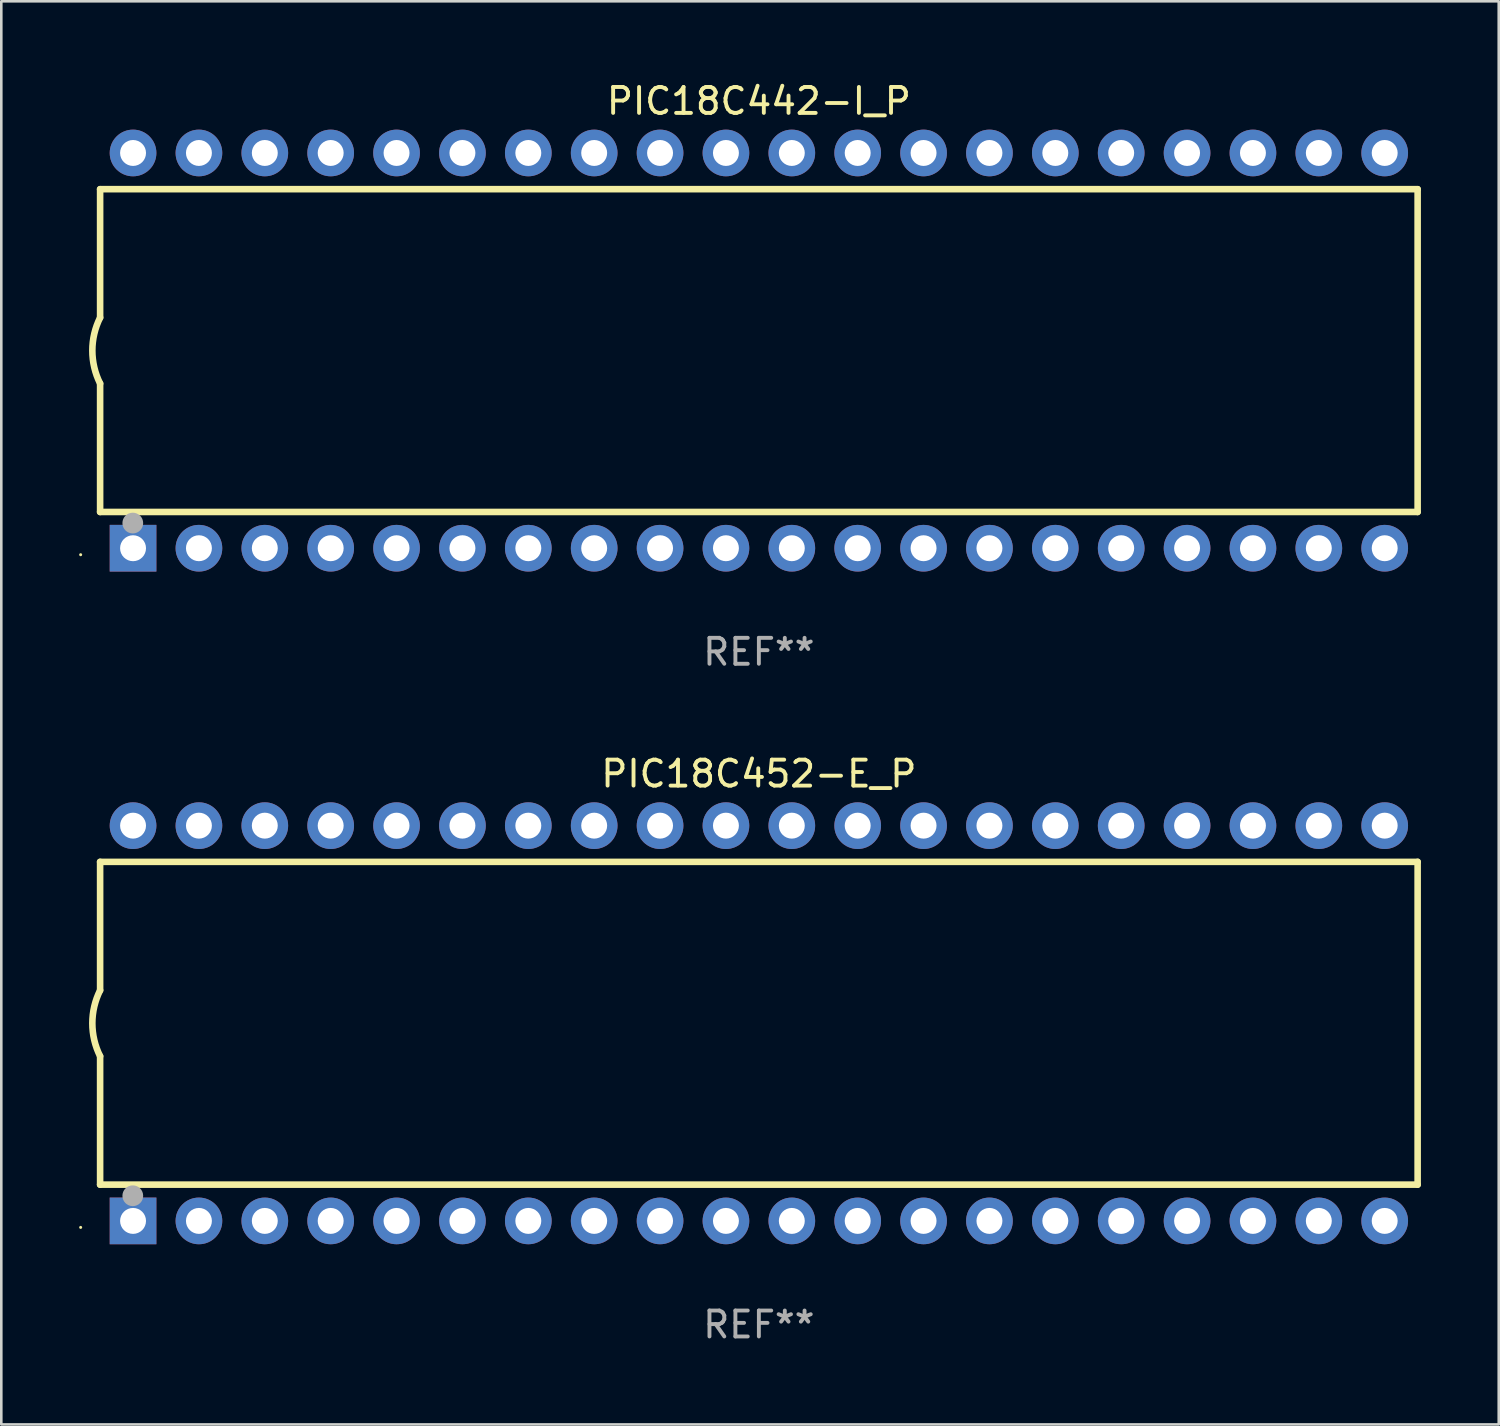
<source format=kicad_pcb>
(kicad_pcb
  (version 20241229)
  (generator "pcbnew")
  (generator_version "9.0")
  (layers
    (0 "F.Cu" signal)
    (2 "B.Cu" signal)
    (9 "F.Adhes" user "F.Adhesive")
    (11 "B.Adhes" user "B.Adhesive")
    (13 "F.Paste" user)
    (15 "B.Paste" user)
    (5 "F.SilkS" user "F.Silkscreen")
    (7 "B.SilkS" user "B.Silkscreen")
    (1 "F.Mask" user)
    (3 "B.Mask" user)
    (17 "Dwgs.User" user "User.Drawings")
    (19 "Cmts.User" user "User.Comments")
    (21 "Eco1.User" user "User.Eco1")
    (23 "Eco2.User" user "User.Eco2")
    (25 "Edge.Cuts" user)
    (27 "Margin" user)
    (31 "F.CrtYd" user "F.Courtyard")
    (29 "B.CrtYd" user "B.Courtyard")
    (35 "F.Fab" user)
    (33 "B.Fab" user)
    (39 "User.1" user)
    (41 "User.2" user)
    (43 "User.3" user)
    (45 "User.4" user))
  (footprint "PIC18C452-E_P"
    (layer "F.Cu")
    (at 26.21 36.405)
    (property "Reference" "PIC18C452-E_P" (at 0 -9.62 0) (layer "F.SilkS") (effects (font (size 1 1) (thickness 0.15))))
    (attr through_hole)
    (fp_line (start -25.4 -6.224) (end -25.4 -1.271) (stroke (width 0.254) (type solid)) (layer "F.SilkS"))
    (fp_line (start -25.4 -6.224) (end 25.4 -6.224) (stroke (width 0.254) (type solid)) (layer "F.SilkS"))
    (fp_line (start -25.4 1.269) (end -25.4 6.222) (stroke (width 0.254) (type solid)) (layer "F.SilkS"))
    (fp_line (start -25.4 6.222) (end 25.4 6.222) (stroke (width 0.254) (type solid)) (layer "F.SilkS"))
    (fp_line (start 25.4 6.222) (end 25.4 -6.224) (stroke (width 0.254) (type solid)) (layer "F.SilkS"))
    (fp_arc (start -25.4 1.269241) (mid -25.699807 -0.000762) (end -25.4 -1.270765) (stroke (width 0.254001) (type solid)) (layer "F.SilkS"))
    (fp_circle (center -26.15 7.87) (end -26.12 7.87) (stroke (width 0.06) (type solid)) (fill no) (layer "F.SilkS"))
    (fp_circle (center -24.14 6.65) (end -23.94 6.65) (stroke (width 0.4) (type solid)) (fill no) (layer "F.Fab"))
    (fp_text user "REF**" (at 0 11.62 0) (layer "F.Fab") (effects (font (size 1 1) (thickness 0.15))))
    (pad "1" thru_hole rect (at -24.13 7.62 90) (size 1.8 1.8) (drill 1) (layers "*.Cu" "*.Mask"))
    (pad "2" thru_hole circle (at -21.59 7.62) (size 1.8 1.8) (drill 1) (layers "*.Cu" "*.Mask"))
    (pad "3" thru_hole circle (at -19.05 7.62) (size 1.8 1.8) (drill 1) (layers "*.Cu" "*.Mask"))
    (pad "4" thru_hole circle (at -16.51 7.62) (size 1.8 1.8) (drill 1) (layers "*.Cu" "*.Mask"))
    (pad "5" thru_hole circle (at -13.97 7.62) (size 1.8 1.8) (drill 1) (layers "*.Cu" "*.Mask"))
    (pad "6" thru_hole circle (at -11.43 7.62) (size 1.8 1.8) (drill 1) (layers "*.Cu" "*.Mask"))
    (pad "7" thru_hole circle (at -8.89 7.62) (size 1.8 1.8) (drill 1) (layers "*.Cu" "*.Mask"))
    (pad "8" thru_hole circle (at -6.35 7.62) (size 1.8 1.8) (drill 1) (layers "*.Cu" "*.Mask"))
    (pad "9" thru_hole circle (at -3.81 7.62) (size 1.8 1.8) (drill 1) (layers "*.Cu" "*.Mask"))
    (pad "10" thru_hole circle (at -1.27 7.62) (size 1.8 1.8) (drill 1) (layers "*.Cu" "*.Mask"))
    (pad "11" thru_hole circle (at 1.27 7.62) (size 1.8 1.8) (drill 1) (layers "*.Cu" "*.Mask"))
    (pad "12" thru_hole circle (at 3.81 7.62) (size 1.8 1.8) (drill 1) (layers "*.Cu" "*.Mask"))
    (pad "13" thru_hole circle (at 6.35 7.62) (size 1.8 1.8) (drill 1) (layers "*.Cu" "*.Mask"))
    (pad "14" thru_hole circle (at 8.89 7.62) (size 1.8 1.8) (drill 1) (layers "*.Cu" "*.Mask"))
    (pad "15" thru_hole circle (at 11.43 7.62) (size 1.8 1.8) (drill 1) (layers "*.Cu" "*.Mask"))
    (pad "16" thru_hole circle (at 13.97 7.62) (size 1.8 1.8) (drill 1) (layers "*.Cu" "*.Mask"))
    (pad "17" thru_hole circle (at 16.51 7.62) (size 1.8 1.8) (drill 1) (layers "*.Cu" "*.Mask"))
    (pad "18" thru_hole circle (at 19.05 7.62) (size 1.8 1.8) (drill 1) (layers "*.Cu" "*.Mask"))
    (pad "19" thru_hole circle (at 21.59 7.62) (size 1.8 1.8) (drill 1) (layers "*.Cu" "*.Mask"))
    (pad "20" thru_hole circle (at 24.13 7.62) (size 1.8 1.8) (drill 1) (layers "*.Cu" "*.Mask"))
    (pad "21" thru_hole circle (at 24.13 -7.62) (size 1.8 1.8) (drill 1) (layers "*.Cu" "*.Mask"))
    (pad "22" thru_hole circle (at 21.59 -7.62) (size 1.8 1.8) (drill 1) (layers "*.Cu" "*.Mask"))
    (pad "23" thru_hole circle (at 19.05 -7.62) (size 1.8 1.8) (drill 1) (layers "*.Cu" "*.Mask"))
    (pad "24" thru_hole circle (at 16.51 -7.62) (size 1.8 1.8) (drill 1) (layers "*.Cu" "*.Mask"))
    (pad "25" thru_hole circle (at 13.97 -7.62) (size 1.8 1.8) (drill 1) (layers "*.Cu" "*.Mask"))
    (pad "26" thru_hole circle (at 11.43 -7.62) (size 1.8 1.8) (drill 1) (layers "*.Cu" "*.Mask"))
    (pad "27" thru_hole circle (at 8.89 -7.62) (size 1.8 1.8) (drill 1) (layers "*.Cu" "*.Mask"))
    (pad "28" thru_hole circle (at 6.35 -7.62) (size 1.8 1.8) (drill 1) (layers "*.Cu" "*.Mask"))
    (pad "29" thru_hole circle (at 3.81 -7.62) (size 1.8 1.8) (drill 1) (layers "*.Cu" "*.Mask"))
    (pad "30" thru_hole circle (at 1.27 -7.62) (size 1.8 1.8) (drill 1) (layers "*.Cu" "*.Mask"))
    (pad "31" thru_hole circle (at -1.27 -7.62) (size 1.8 1.8) (drill 1) (layers "*.Cu" "*.Mask"))
    (pad "32" thru_hole circle (at -3.81 -7.62) (size 1.8 1.8) (drill 1) (layers "*.Cu" "*.Mask"))
    (pad "33" thru_hole circle (at -6.35 -7.62) (size 1.8 1.8) (drill 1) (layers "*.Cu" "*.Mask"))
    (pad "34" thru_hole circle (at -8.89 -7.62) (size 1.8 1.8) (drill 1) (layers "*.Cu" "*.Mask"))
    (pad "35" thru_hole circle (at -11.43 -7.62) (size 1.8 1.8) (drill 1) (layers "*.Cu" "*.Mask"))
    (pad "36" thru_hole circle (at -13.97 -7.62) (size 1.8 1.8) (drill 1) (layers "*.Cu" "*.Mask"))
    (pad "37" thru_hole circle (at -16.51 -7.62) (size 1.8 1.8) (drill 1) (layers "*.Cu" "*.Mask"))
    (pad "38" thru_hole circle (at -19.05 -7.62) (size 1.8 1.8) (drill 1) (layers "*.Cu" "*.Mask"))
    (pad "39" thru_hole circle (at -21.59 -7.62) (size 1.8 1.8) (drill 1) (layers "*.Cu" "*.Mask"))
    (pad "40" thru_hole circle (at -24.13 -7.62) (size 1.8 1.8) (drill 1) (layers "*.Cu" "*.Mask")))
  (footprint "PIC18C442-I_P"
    (layer "F.Cu")
    (at 26.21 10.468)
    (property "Reference" "PIC18C442-I_P" (at 0 -9.62 0) (layer "F.SilkS") (effects (font (size 1 1) (thickness 0.15))))
    (attr through_hole)
    (fp_line (start -25.4 -6.224) (end -25.4 -1.271) (stroke (width 0.254) (type solid)) (layer "F.SilkS"))
    (fp_line (start -25.4 -6.224) (end 25.4 -6.224) (stroke (width 0.254) (type solid)) (layer "F.SilkS"))
    (fp_line (start -25.4 1.269) (end -25.4 6.222) (stroke (width 0.254) (type solid)) (layer "F.SilkS"))
    (fp_line (start -25.4 6.222) (end 25.4 6.222) (stroke (width 0.254) (type solid)) (layer "F.SilkS"))
    (fp_line (start 25.4 6.222) (end 25.4 -6.224) (stroke (width 0.254) (type solid)) (layer "F.SilkS"))
    (fp_arc (start -25.4 1.269241) (mid -25.699807 -0.000762) (end -25.4 -1.270765) (stroke (width 0.254001) (type solid)) (layer "F.SilkS"))
    (fp_circle (center -26.15 7.87) (end -26.12 7.87) (stroke (width 0.06) (type solid)) (fill no) (layer "F.SilkS"))
    (fp_circle (center -24.14 6.65) (end -23.94 6.65) (stroke (width 0.4) (type solid)) (fill no) (layer "F.Fab"))
    (fp_text user "REF**" (at 0 11.62 0) (layer "F.Fab") (effects (font (size 1 1) (thickness 0.15))))
    (pad "1" thru_hole rect (at -24.13 7.62 90) (size 1.8 1.8) (drill 1) (layers "*.Cu" "*.Mask"))
    (pad "2" thru_hole circle (at -21.59 7.62) (size 1.8 1.8) (drill 1) (layers "*.Cu" "*.Mask"))
    (pad "3" thru_hole circle (at -19.05 7.62) (size 1.8 1.8) (drill 1) (layers "*.Cu" "*.Mask"))
    (pad "4" thru_hole circle (at -16.51 7.62) (size 1.8 1.8) (drill 1) (layers "*.Cu" "*.Mask"))
    (pad "5" thru_hole circle (at -13.97 7.62) (size 1.8 1.8) (drill 1) (layers "*.Cu" "*.Mask"))
    (pad "6" thru_hole circle (at -11.43 7.62) (size 1.8 1.8) (drill 1) (layers "*.Cu" "*.Mask"))
    (pad "7" thru_hole circle (at -8.89 7.62) (size 1.8 1.8) (drill 1) (layers "*.Cu" "*.Mask"))
    (pad "8" thru_hole circle (at -6.35 7.62) (size 1.8 1.8) (drill 1) (layers "*.Cu" "*.Mask"))
    (pad "9" thru_hole circle (at -3.81 7.62) (size 1.8 1.8) (drill 1) (layers "*.Cu" "*.Mask"))
    (pad "10" thru_hole circle (at -1.27 7.62) (size 1.8 1.8) (drill 1) (layers "*.Cu" "*.Mask"))
    (pad "11" thru_hole circle (at 1.27 7.62) (size 1.8 1.8) (drill 1) (layers "*.Cu" "*.Mask"))
    (pad "12" thru_hole circle (at 3.81 7.62) (size 1.8 1.8) (drill 1) (layers "*.Cu" "*.Mask"))
    (pad "13" thru_hole circle (at 6.35 7.62) (size 1.8 1.8) (drill 1) (layers "*.Cu" "*.Mask"))
    (pad "14" thru_hole circle (at 8.89 7.62) (size 1.8 1.8) (drill 1) (layers "*.Cu" "*.Mask"))
    (pad "15" thru_hole circle (at 11.43 7.62) (size 1.8 1.8) (drill 1) (layers "*.Cu" "*.Mask"))
    (pad "16" thru_hole circle (at 13.97 7.62) (size 1.8 1.8) (drill 1) (layers "*.Cu" "*.Mask"))
    (pad "17" thru_hole circle (at 16.51 7.62) (size 1.8 1.8) (drill 1) (layers "*.Cu" "*.Mask"))
    (pad "18" thru_hole circle (at 19.05 7.62) (size 1.8 1.8) (drill 1) (layers "*.Cu" "*.Mask"))
    (pad "19" thru_hole circle (at 21.59 7.62) (size 1.8 1.8) (drill 1) (layers "*.Cu" "*.Mask"))
    (pad "20" thru_hole circle (at 24.13 7.62) (size 1.8 1.8) (drill 1) (layers "*.Cu" "*.Mask"))
    (pad "21" thru_hole circle (at 24.13 -7.62) (size 1.8 1.8) (drill 1) (layers "*.Cu" "*.Mask"))
    (pad "22" thru_hole circle (at 21.59 -7.62) (size 1.8 1.8) (drill 1) (layers "*.Cu" "*.Mask"))
    (pad "23" thru_hole circle (at 19.05 -7.62) (size 1.8 1.8) (drill 1) (layers "*.Cu" "*.Mask"))
    (pad "24" thru_hole circle (at 16.51 -7.62) (size 1.8 1.8) (drill 1) (layers "*.Cu" "*.Mask"))
    (pad "25" thru_hole circle (at 13.97 -7.62) (size 1.8 1.8) (drill 1) (layers "*.Cu" "*.Mask"))
    (pad "26" thru_hole circle (at 11.43 -7.62) (size 1.8 1.8) (drill 1) (layers "*.Cu" "*.Mask"))
    (pad "27" thru_hole circle (at 8.89 -7.62) (size 1.8 1.8) (drill 1) (layers "*.Cu" "*.Mask"))
    (pad "28" thru_hole circle (at 6.35 -7.62) (size 1.8 1.8) (drill 1) (layers "*.Cu" "*.Mask"))
    (pad "29" thru_hole circle (at 3.81 -7.62) (size 1.8 1.8) (drill 1) (layers "*.Cu" "*.Mask"))
    (pad "30" thru_hole circle (at 1.27 -7.62) (size 1.8 1.8) (drill 1) (layers "*.Cu" "*.Mask"))
    (pad "31" thru_hole circle (at -1.27 -7.62) (size 1.8 1.8) (drill 1) (layers "*.Cu" "*.Mask"))
    (pad "32" thru_hole circle (at -3.81 -7.62) (size 1.8 1.8) (drill 1) (layers "*.Cu" "*.Mask"))
    (pad "33" thru_hole circle (at -6.35 -7.62) (size 1.8 1.8) (drill 1) (layers "*.Cu" "*.Mask"))
    (pad "34" thru_hole circle (at -8.89 -7.62) (size 1.8 1.8) (drill 1) (layers "*.Cu" "*.Mask"))
    (pad "35" thru_hole circle (at -11.43 -7.62) (size 1.8 1.8) (drill 1) (layers "*.Cu" "*.Mask"))
    (pad "36" thru_hole circle (at -13.97 -7.62) (size 1.8 1.8) (drill 1) (layers "*.Cu" "*.Mask"))
    (pad "37" thru_hole circle (at -16.51 -7.62) (size 1.8 1.8) (drill 1) (layers "*.Cu" "*.Mask"))
    (pad "38" thru_hole circle (at -19.05 -7.62) (size 1.8 1.8) (drill 1) (layers "*.Cu" "*.Mask"))
    (pad "39" thru_hole circle (at -21.59 -7.62) (size 1.8 1.8) (drill 1) (layers "*.Cu" "*.Mask"))
    (pad "40" thru_hole circle (at -24.13 -7.62) (size 1.8 1.8) (drill 1) (layers "*.Cu" "*.Mask")))
  (gr_rect
    (start -3 -3)
    (end 54.737 51.873)
    (stroke (width 0.1) (type default))
    (fill no)
    (layer "Edge.Cuts")))
</source>
